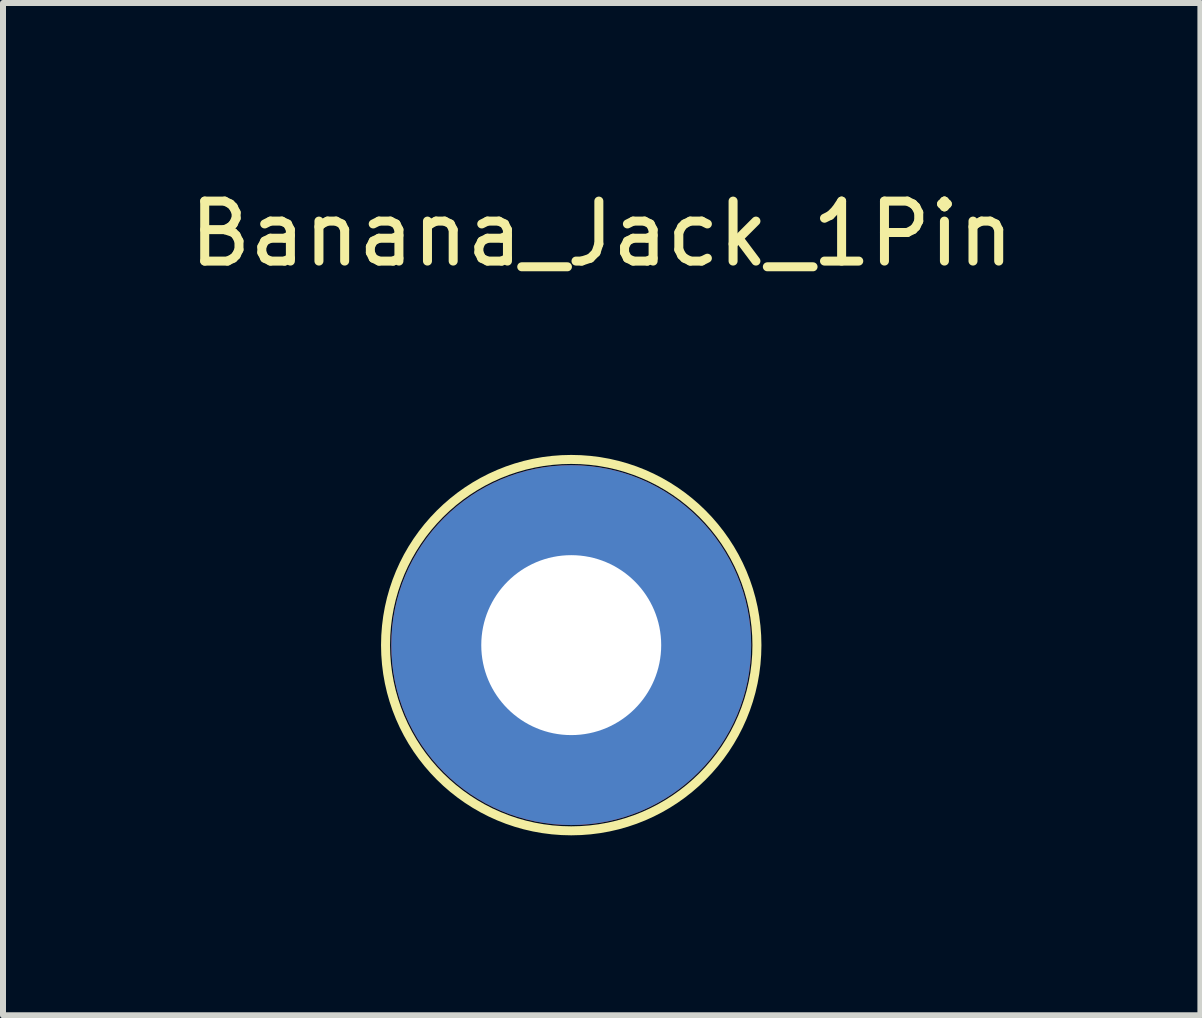
<source format=kicad_pcb>
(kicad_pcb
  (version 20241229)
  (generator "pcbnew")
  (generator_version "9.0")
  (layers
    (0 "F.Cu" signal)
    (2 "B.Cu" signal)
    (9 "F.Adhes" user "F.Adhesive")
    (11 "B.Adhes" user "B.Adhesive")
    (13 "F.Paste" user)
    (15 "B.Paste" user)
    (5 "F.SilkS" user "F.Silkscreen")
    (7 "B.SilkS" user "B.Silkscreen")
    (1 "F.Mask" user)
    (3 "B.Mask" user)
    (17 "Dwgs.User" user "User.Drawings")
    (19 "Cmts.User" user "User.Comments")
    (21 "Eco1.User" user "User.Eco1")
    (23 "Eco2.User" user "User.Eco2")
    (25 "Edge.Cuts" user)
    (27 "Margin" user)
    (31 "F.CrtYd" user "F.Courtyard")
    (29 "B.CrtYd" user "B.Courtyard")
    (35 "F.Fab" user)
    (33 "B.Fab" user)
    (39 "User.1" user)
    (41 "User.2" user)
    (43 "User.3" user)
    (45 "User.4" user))
  (footprint "Banana_Jack_1Pin"
    (layer "F.Cu")
    (at 6.474 7.706)
    (property "Reference" "Banana_Jack_1Pin" (at 0.508 -6.858 0) (layer "F.SilkS") (effects (font (size 1 1) (thickness 0.15))))
    (attr through_hole)
    (fp_circle (center 0 0) (end 0 -3.096) (stroke (width 0.15) (type solid)) (fill no) (layer "F.SilkS"))
    (pad "1" thru_hole circle (at 0 0) (size 6 6) (drill 3) (layers "*.Cu")))
  (gr_rect
    (start -3 -3)
    (end 16.964 13.877)
    (stroke (width 0.1) (type default))
    (fill no)
    (layer "Edge.Cuts")))
</source>
